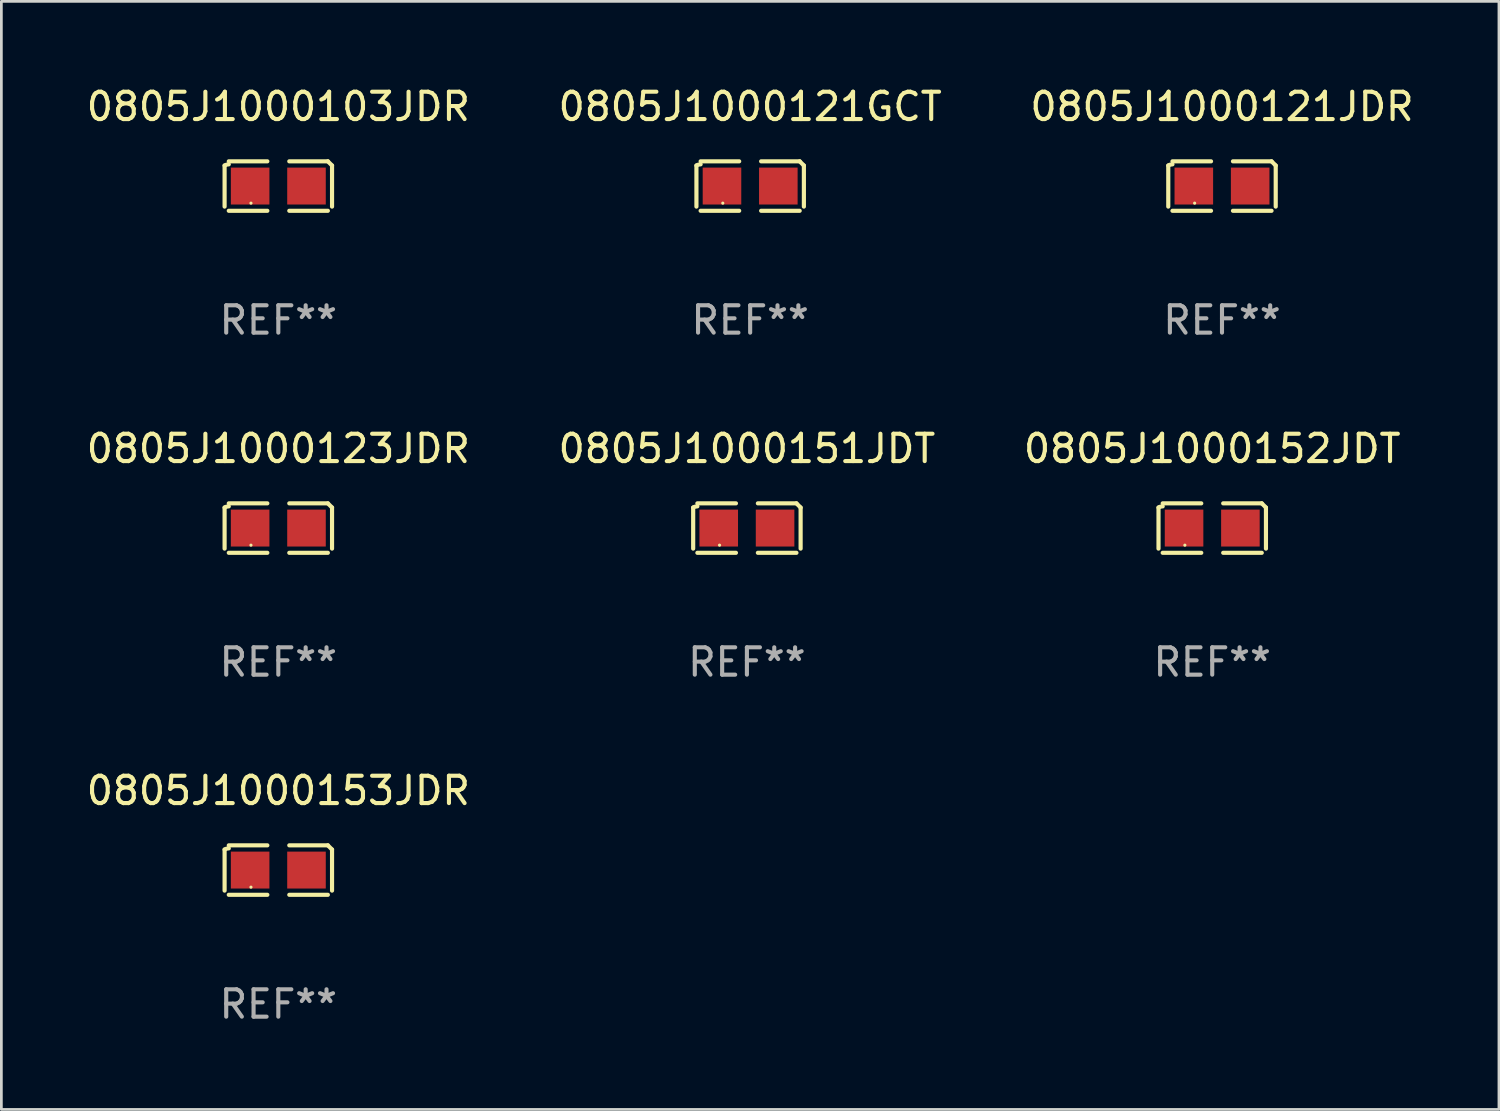
<source format=kicad_pcb>
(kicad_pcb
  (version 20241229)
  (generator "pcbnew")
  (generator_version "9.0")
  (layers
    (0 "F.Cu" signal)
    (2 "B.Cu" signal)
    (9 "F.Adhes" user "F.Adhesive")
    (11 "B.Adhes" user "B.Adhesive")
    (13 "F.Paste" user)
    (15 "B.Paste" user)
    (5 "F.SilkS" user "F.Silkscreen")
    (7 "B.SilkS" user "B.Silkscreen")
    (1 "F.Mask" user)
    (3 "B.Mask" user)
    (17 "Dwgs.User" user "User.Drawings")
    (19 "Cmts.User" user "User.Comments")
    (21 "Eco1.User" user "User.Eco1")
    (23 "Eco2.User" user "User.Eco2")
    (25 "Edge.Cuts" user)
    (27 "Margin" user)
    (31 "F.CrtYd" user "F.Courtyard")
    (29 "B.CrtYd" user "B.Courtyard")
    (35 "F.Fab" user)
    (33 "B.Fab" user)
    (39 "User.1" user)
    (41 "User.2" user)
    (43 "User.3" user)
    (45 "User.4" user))
  (footprint "0805J1000123JDR"
    (layer "F.Cu")
    (at 7.125 16.256)
    (property "Reference" "0805J1000123JDR" (at 0 -2.904 0) (layer "F.SilkS") (effects (font (size 1 1) (thickness 0.15))))
    (attr through_hole)
    (fp_line (start -1.964 0.751) (end -1.964 -0.751) (stroke (width 0.152) (type solid)) (layer "F.SilkS"))
    (fp_line (start -1.811 -0.904) (end -0.401 -0.904) (stroke (width 0.152) (type solid)) (layer "F.SilkS"))
    (fp_line (start -0.401 0.904) (end -1.811 0.904) (stroke (width 0.152) (type solid)) (layer "F.SilkS"))
    (fp_line (start 0.401 0.904) (end 1.811 0.904) (stroke (width 0.152) (type solid)) (layer "F.SilkS"))
    (fp_line (start 1.811 -0.904) (end 0.401 -0.904) (stroke (width 0.152) (type solid)) (layer "F.SilkS"))
    (fp_line (start 1.964 0.751) (end 1.964 -0.751) (stroke (width 0.152) (type solid)) (layer "F.SilkS"))
    (fp_arc (start -1.963602 -0.751207) (mid -1.890354 -0.783131) (end -1.811201 -0.794044) (stroke (width 0.1524) (type solid)) (layer "F.SilkS"))
    (fp_arc (start 1.811202 -0.903607) (mid 1.887413 -0.827418) (end 1.963602 -0.751207) (stroke (width 0.1524) (type solid)) (layer "F.SilkS"))
    (fp_circle (center -1 0.625) (end -0.97 0.625) (stroke (width 0.06) (type solid)) (fill no) (layer "F.SilkS"))
    (fp_text user "REF**" (at 0 4.904 0) (layer "F.Fab") (effects (font (size 1 1) (thickness 0.15))))
    (pad "1" smd rect (at -1.03 0) (size 1.41 1.35) (layers "F.Cu" "F.Mask" "F.Paste"))
    (pad "2" smd rect (at 1.03 0) (size 1.41 1.35) (layers "F.Cu" "F.Mask" "F.Paste")))
  (footprint "0805J1000151JDT"
    (layer "F.Cu")
    (at 24.256 16.256)
    (property "Reference" "0805J1000151JDT" (at 0 -2.904 0) (layer "F.SilkS") (effects (font (size 1 1) (thickness 0.15))))
    (attr through_hole)
    (fp_line (start -1.964 0.751) (end -1.964 -0.751) (stroke (width 0.152) (type solid)) (layer "F.SilkS"))
    (fp_line (start -1.811 -0.904) (end -0.401 -0.904) (stroke (width 0.152) (type solid)) (layer "F.SilkS"))
    (fp_line (start -0.401 0.904) (end -1.811 0.904) (stroke (width 0.152) (type solid)) (layer "F.SilkS"))
    (fp_line (start 0.401 0.904) (end 1.811 0.904) (stroke (width 0.152) (type solid)) (layer "F.SilkS"))
    (fp_line (start 1.811 -0.904) (end 0.401 -0.904) (stroke (width 0.152) (type solid)) (layer "F.SilkS"))
    (fp_line (start 1.964 0.751) (end 1.964 -0.751) (stroke (width 0.152) (type solid)) (layer "F.SilkS"))
    (fp_arc (start -1.963602 -0.751207) (mid -1.890354 -0.783131) (end -1.811201 -0.794044) (stroke (width 0.1524) (type solid)) (layer "F.SilkS"))
    (fp_arc (start 1.811202 -0.903607) (mid 1.887413 -0.827418) (end 1.963602 -0.751207) (stroke (width 0.1524) (type solid)) (layer "F.SilkS"))
    (fp_circle (center -1 0.625) (end -0.97 0.625) (stroke (width 0.06) (type solid)) (fill no) (layer "F.SilkS"))
    (fp_text user "REF**" (at 0 4.904 0) (layer "F.Fab") (effects (font (size 1 1) (thickness 0.15))))
    (pad "1" smd rect (at -1.03 0) (size 1.41 1.35) (layers "F.Cu" "F.Mask" "F.Paste"))
    (pad "2" smd rect (at 1.03 0) (size 1.41 1.35) (layers "F.Cu" "F.Mask" "F.Paste")))
  (footprint "0805J1000153JDR"
    (layer "F.Cu")
    (at 7.125 28.759)
    (property "Reference" "0805J1000153JDR" (at 0 -2.904 0) (layer "F.SilkS") (effects (font (size 1 1) (thickness 0.15))))
    (attr through_hole)
    (fp_line (start -1.964 0.751) (end -1.964 -0.751) (stroke (width 0.152) (type solid)) (layer "F.SilkS"))
    (fp_line (start -1.811 -0.904) (end -0.401 -0.904) (stroke (width 0.152) (type solid)) (layer "F.SilkS"))
    (fp_line (start -0.401 0.904) (end -1.811 0.904) (stroke (width 0.152) (type solid)) (layer "F.SilkS"))
    (fp_line (start 0.401 0.904) (end 1.811 0.904) (stroke (width 0.152) (type solid)) (layer "F.SilkS"))
    (fp_line (start 1.811 -0.904) (end 0.401 -0.904) (stroke (width 0.152) (type solid)) (layer "F.SilkS"))
    (fp_line (start 1.964 0.751) (end 1.964 -0.751) (stroke (width 0.152) (type solid)) (layer "F.SilkS"))
    (fp_arc (start -1.963602 -0.751207) (mid -1.890354 -0.783131) (end -1.811201 -0.794044) (stroke (width 0.1524) (type solid)) (layer "F.SilkS"))
    (fp_arc (start 1.811202 -0.903607) (mid 1.887413 -0.827418) (end 1.963602 -0.751207) (stroke (width 0.1524) (type solid)) (layer "F.SilkS"))
    (fp_circle (center -1 0.625) (end -0.97 0.625) (stroke (width 0.06) (type solid)) (fill no) (layer "F.SilkS"))
    (fp_text user "REF**" (at 0 4.904 0) (layer "F.Fab") (effects (font (size 1 1) (thickness 0.15))))
    (pad "1" smd rect (at -1.03 0) (size 1.41 1.35) (layers "F.Cu" "F.Mask" "F.Paste"))
    (pad "2" smd rect (at 1.03 0) (size 1.41 1.35) (layers "F.Cu" "F.Mask" "F.Paste")))
  (footprint "0805J1000121JDR"
    (layer "F.Cu")
    (at 41.625 3.752)
    (property "Reference" "0805J1000121JDR" (at 0 -2.904 0) (layer "F.SilkS") (effects (font (size 1 1) (thickness 0.15))))
    (attr through_hole)
    (fp_line (start -1.964 0.751) (end -1.964 -0.751) (stroke (width 0.152) (type solid)) (layer "F.SilkS"))
    (fp_line (start -1.811 -0.904) (end -0.401 -0.904) (stroke (width 0.152) (type solid)) (layer "F.SilkS"))
    (fp_line (start -0.401 0.904) (end -1.811 0.904) (stroke (width 0.152) (type solid)) (layer "F.SilkS"))
    (fp_line (start 0.401 0.904) (end 1.811 0.904) (stroke (width 0.152) (type solid)) (layer "F.SilkS"))
    (fp_line (start 1.811 -0.904) (end 0.401 -0.904) (stroke (width 0.152) (type solid)) (layer "F.SilkS"))
    (fp_line (start 1.964 0.751) (end 1.964 -0.751) (stroke (width 0.152) (type solid)) (layer "F.SilkS"))
    (fp_arc (start -1.963602 -0.751207) (mid -1.890354 -0.783131) (end -1.811201 -0.794044) (stroke (width 0.1524) (type solid)) (layer "F.SilkS"))
    (fp_arc (start 1.811202 -0.903607) (mid 1.887413 -0.827418) (end 1.963602 -0.751207) (stroke (width 0.1524) (type solid)) (layer "F.SilkS"))
    (fp_circle (center -1 0.625) (end -0.97 0.625) (stroke (width 0.06) (type solid)) (fill no) (layer "F.SilkS"))
    (fp_text user "REF**" (at 0 4.904 0) (layer "F.Fab") (effects (font (size 1 1) (thickness 0.15))))
    (pad "1" smd rect (at -1.03 0) (size 1.41 1.35) (layers "F.Cu" "F.Mask" "F.Paste"))
    (pad "2" smd rect (at 1.03 0) (size 1.41 1.35) (layers "F.Cu" "F.Mask" "F.Paste")))
  (footprint "0805J1000152JDT"
    (layer "F.Cu")
    (at 41.268 16.256)
    (property "Reference" "0805J1000152JDT" (at 0 -2.904 0) (layer "F.SilkS") (effects (font (size 1 1) (thickness 0.15))))
    (attr through_hole)
    (fp_line (start -1.964 0.751) (end -1.964 -0.751) (stroke (width 0.152) (type solid)) (layer "F.SilkS"))
    (fp_line (start -1.811 -0.904) (end -0.401 -0.904) (stroke (width 0.152) (type solid)) (layer "F.SilkS"))
    (fp_line (start -0.401 0.904) (end -1.811 0.904) (stroke (width 0.152) (type solid)) (layer "F.SilkS"))
    (fp_line (start 0.401 0.904) (end 1.811 0.904) (stroke (width 0.152) (type solid)) (layer "F.SilkS"))
    (fp_line (start 1.811 -0.904) (end 0.401 -0.904) (stroke (width 0.152) (type solid)) (layer "F.SilkS"))
    (fp_line (start 1.964 0.751) (end 1.964 -0.751) (stroke (width 0.152) (type solid)) (layer "F.SilkS"))
    (fp_arc (start -1.963602 -0.751207) (mid -1.890354 -0.783131) (end -1.811201 -0.794044) (stroke (width 0.1524) (type solid)) (layer "F.SilkS"))
    (fp_arc (start 1.811202 -0.903607) (mid 1.887413 -0.827418) (end 1.963602 -0.751207) (stroke (width 0.1524) (type solid)) (layer "F.SilkS"))
    (fp_circle (center -1 0.625) (end -0.97 0.625) (stroke (width 0.06) (type solid)) (fill no) (layer "F.SilkS"))
    (fp_text user "REF**" (at 0 4.904 0) (layer "F.Fab") (effects (font (size 1 1) (thickness 0.15))))
    (pad "1" smd rect (at -1.03 0) (size 1.41 1.35) (layers "F.Cu" "F.Mask" "F.Paste"))
    (pad "2" smd rect (at 1.03 0) (size 1.41 1.35) (layers "F.Cu" "F.Mask" "F.Paste")))
  (footprint "0805J1000121GCT"
    (layer "F.Cu")
    (at 24.375 3.752)
    (property "Reference" "0805J1000121GCT" (at 0 -2.904 0) (layer "F.SilkS") (effects (font (size 1 1) (thickness 0.15))))
    (attr through_hole)
    (fp_line (start -1.964 0.751) (end -1.964 -0.751) (stroke (width 0.152) (type solid)) (layer "F.SilkS"))
    (fp_line (start -1.811 -0.904) (end -0.401 -0.904) (stroke (width 0.152) (type solid)) (layer "F.SilkS"))
    (fp_line (start -0.401 0.904) (end -1.811 0.904) (stroke (width 0.152) (type solid)) (layer "F.SilkS"))
    (fp_line (start 0.401 0.904) (end 1.811 0.904) (stroke (width 0.152) (type solid)) (layer "F.SilkS"))
    (fp_line (start 1.811 -0.904) (end 0.401 -0.904) (stroke (width 0.152) (type solid)) (layer "F.SilkS"))
    (fp_line (start 1.964 0.751) (end 1.964 -0.751) (stroke (width 0.152) (type solid)) (layer "F.SilkS"))
    (fp_arc (start -1.963602 -0.751207) (mid -1.890354 -0.783131) (end -1.811201 -0.794044) (stroke (width 0.1524) (type solid)) (layer "F.SilkS"))
    (fp_arc (start 1.811202 -0.903607) (mid 1.887413 -0.827418) (end 1.963602 -0.751207) (stroke (width 0.1524) (type solid)) (layer "F.SilkS"))
    (fp_circle (center -1 0.625) (end -0.97 0.625) (stroke (width 0.06) (type solid)) (fill no) (layer "F.SilkS"))
    (fp_text user "REF**" (at 0 4.904 0) (layer "F.Fab") (effects (font (size 1 1) (thickness 0.15))))
    (pad "1" smd rect (at -1.03 0) (size 1.41 1.35) (layers "F.Cu" "F.Mask" "F.Paste"))
    (pad "2" smd rect (at 1.03 0) (size 1.41 1.35) (layers "F.Cu" "F.Mask" "F.Paste")))
  (footprint "0805J1000103JDR"
    (layer "F.Cu")
    (at 7.125 3.752)
    (property "Reference" "0805J1000103JDR" (at 0 -2.904 0) (layer "F.SilkS") (effects (font (size 1 1) (thickness 0.15))))
    (attr through_hole)
    (fp_line (start -1.964 0.751) (end -1.964 -0.751) (stroke (width 0.152) (type solid)) (layer "F.SilkS"))
    (fp_line (start -1.811 -0.904) (end -0.401 -0.904) (stroke (width 0.152) (type solid)) (layer "F.SilkS"))
    (fp_line (start -0.401 0.904) (end -1.811 0.904) (stroke (width 0.152) (type solid)) (layer "F.SilkS"))
    (fp_line (start 0.401 0.904) (end 1.811 0.904) (stroke (width 0.152) (type solid)) (layer "F.SilkS"))
    (fp_line (start 1.811 -0.904) (end 0.401 -0.904) (stroke (width 0.152) (type solid)) (layer "F.SilkS"))
    (fp_line (start 1.964 0.751) (end 1.964 -0.751) (stroke (width 0.152) (type solid)) (layer "F.SilkS"))
    (fp_arc (start -1.963602 -0.751207) (mid -1.890354 -0.783131) (end -1.811201 -0.794044) (stroke (width 0.1524) (type solid)) (layer "F.SilkS"))
    (fp_arc (start 1.811202 -0.903607) (mid 1.887413 -0.827418) (end 1.963602 -0.751207) (stroke (width 0.1524) (type solid)) (layer "F.SilkS"))
    (fp_circle (center -1 0.625) (end -0.97 0.625) (stroke (width 0.06) (type solid)) (fill no) (layer "F.SilkS"))
    (fp_text user "REF**" (at 0 4.904 0) (layer "F.Fab") (effects (font (size 1 1) (thickness 0.15))))
    (pad "1" smd rect (at -1.03 0) (size 1.41 1.35) (layers "F.Cu" "F.Mask" "F.Paste"))
    (pad "2" smd rect (at 1.03 0) (size 1.41 1.35) (layers "F.Cu" "F.Mask" "F.Paste")))
  (gr_rect
    (start -3 -3)
    (end 51.75 37.511)
    (stroke (width 0.1) (type default))
    (fill no)
    (layer "Edge.Cuts")))
</source>
